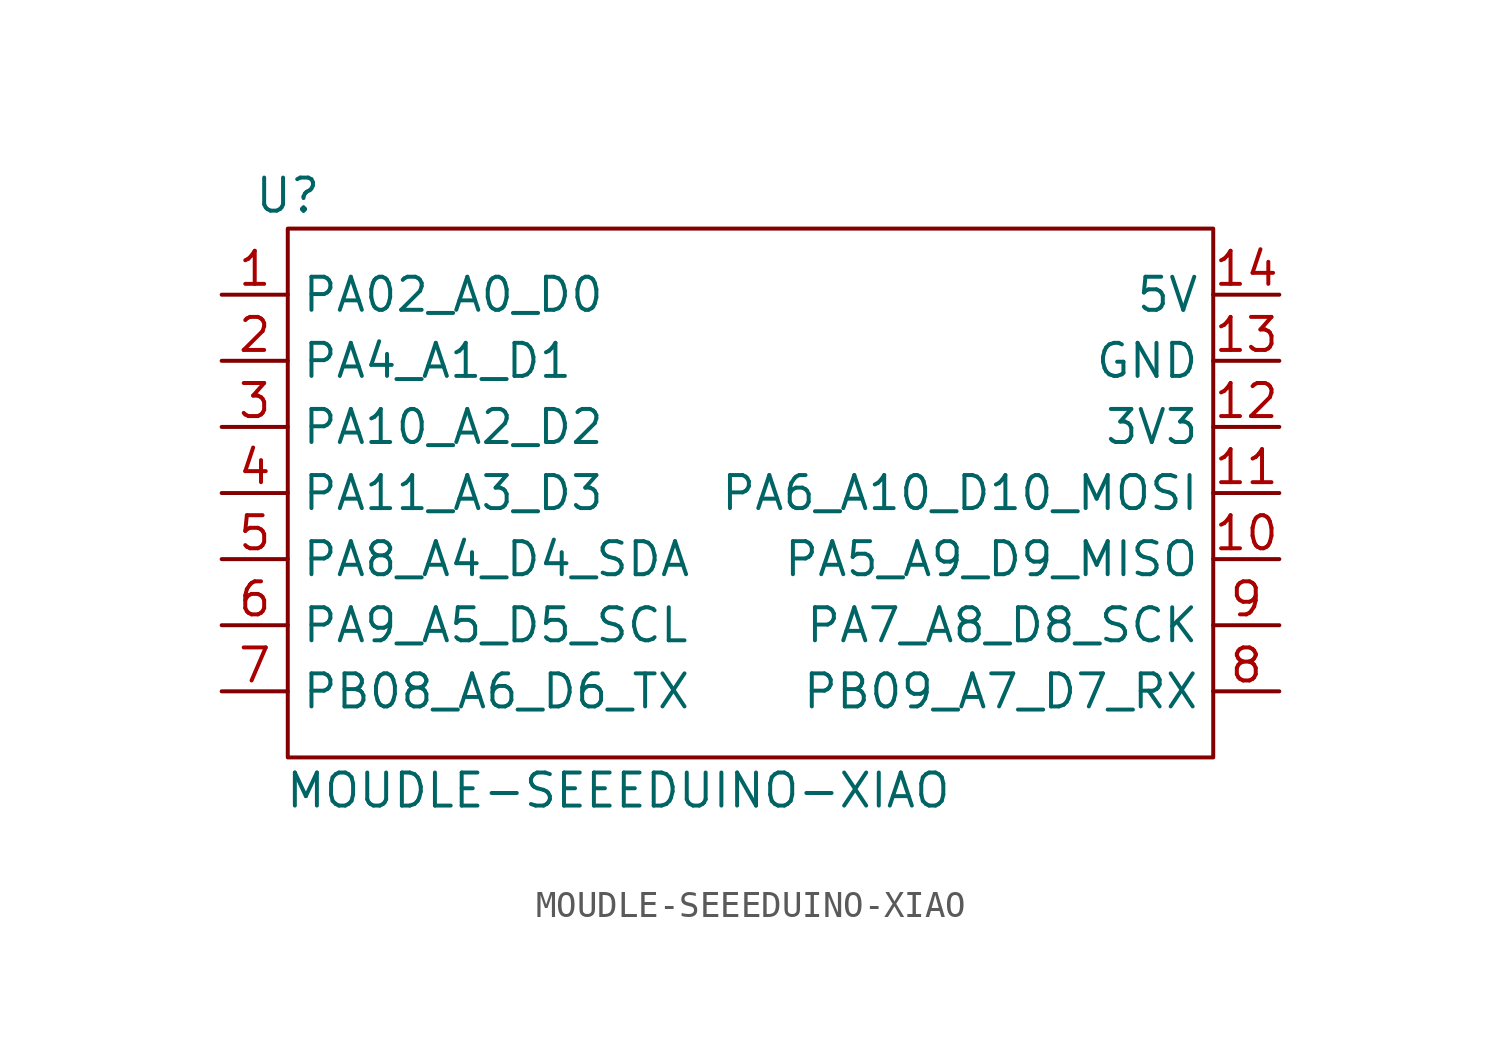
<source format=kicad_sym>
(kicad_symbol_lib
  (version 20231120)
  (generator "kicad_symbol_editor")
  (generator_version "8.0")
  (symbol "MOUDLE-SEEEDUINO-XIAO"
    (property "Reference" "U"
      (at -16.51 11.43 0)
      (effects (font (size 1.27 1.27))))
    (property "Value" "MOUDLE-SEEEDUINO-XIAO"
      (at -3.81 -11.43 0)
      (effects (font (size 1.27 1.27))))
    (symbol "MOUDLE-SEEEDUINO-XIAO_0_1"
      (rectangle (start -16.51 10.16) (end 19.05 -10.16) (stroke (width 0) (type default)) (fill (type none))))
    (symbol "MOUDLE-SEEEDUINO-XIAO_1_1"
      (pin bidirectional line (at -19.05 7.62 0) (length 2.54) (name "PA02_A0_D0" (effects (font (size 1.27 1.27)))) (number "1" (effects (font (size 1.27 1.27)))))
      (pin bidirectional line (at 21.59 -2.54 180) (length 2.54) (name "PA5_A9_D9_MISO" (effects (font (size 1.27 1.27)))) (number "10" (effects (font (size 1.27 1.27)))))
      (pin bidirectional line (at 21.59 0 180) (length 2.54) (name "PA6_A10_D10_MOSI" (effects (font (size 1.27 1.27)))) (number "11" (effects (font (size 1.27 1.27)))))
      (pin power_in line (at 21.59 2.54 180) (length 2.54) (name "3V3" (effects (font (size 1.27 1.27)))) (number "12" (effects (font (size 1.27 1.27)))))
      (pin power_in line (at 21.59 5.08 180) (length 2.54) (name "GND" (effects (font (size 1.27 1.27)))) (number "13" (effects (font (size 1.27 1.27)))))
      (pin power_in line (at 21.59 7.62 180) (length 2.54) (name "5V" (effects (font (size 1.27 1.27)))) (number "14" (effects (font (size 1.27 1.27)))))
      (pin bidirectional line (at -19.05 5.08 0) (length 2.54) (name "PA4_A1_D1" (effects (font (size 1.27 1.27)))) (number "2" (effects (font (size 1.27 1.27)))))
      (pin bidirectional line (at -19.05 2.54 0) (length 2.54) (name "PA10_A2_D2" (effects (font (size 1.27 1.27)))) (number "3" (effects (font (size 1.27 1.27)))))
      (pin bidirectional line (at -19.05 0 0) (length 2.54) (name "PA11_A3_D3" (effects (font (size 1.27 1.27)))) (number "4" (effects (font (size 1.27 1.27)))))
      (pin bidirectional line (at -19.05 -2.54 0) (length 2.54) (name "PA8_A4_D4_SDA" (effects (font (size 1.27 1.27)))) (number "5" (effects (font (size 1.27 1.27)))))
      (pin bidirectional line (at -19.05 -5.08 0) (length 2.54) (name "PA9_A5_D5_SCL" (effects (font (size 1.27 1.27)))) (number "6" (effects (font (size 1.27 1.27)))))
      (pin bidirectional line (at -19.05 -7.62 0) (length 2.54) (name "PB08_A6_D6_TX" (effects (font (size 1.27 1.27)))) (number "7" (effects (font (size 1.27 1.27)))))
      (pin bidirectional line (at 21.59 -7.62 180) (length 2.54) (name "PB09_A7_D7_RX" (effects (font (size 1.27 1.27)))) (number "8" (effects (font (size 1.27 1.27)))))
      (pin bidirectional line (at 21.59 -5.08 180) (length 2.54) (name "PA7_A8_D8_SCK" (effects (font (size 1.27 1.27)))) (number "9" (effects (font (size 1.27 1.27))))))))
</source>
